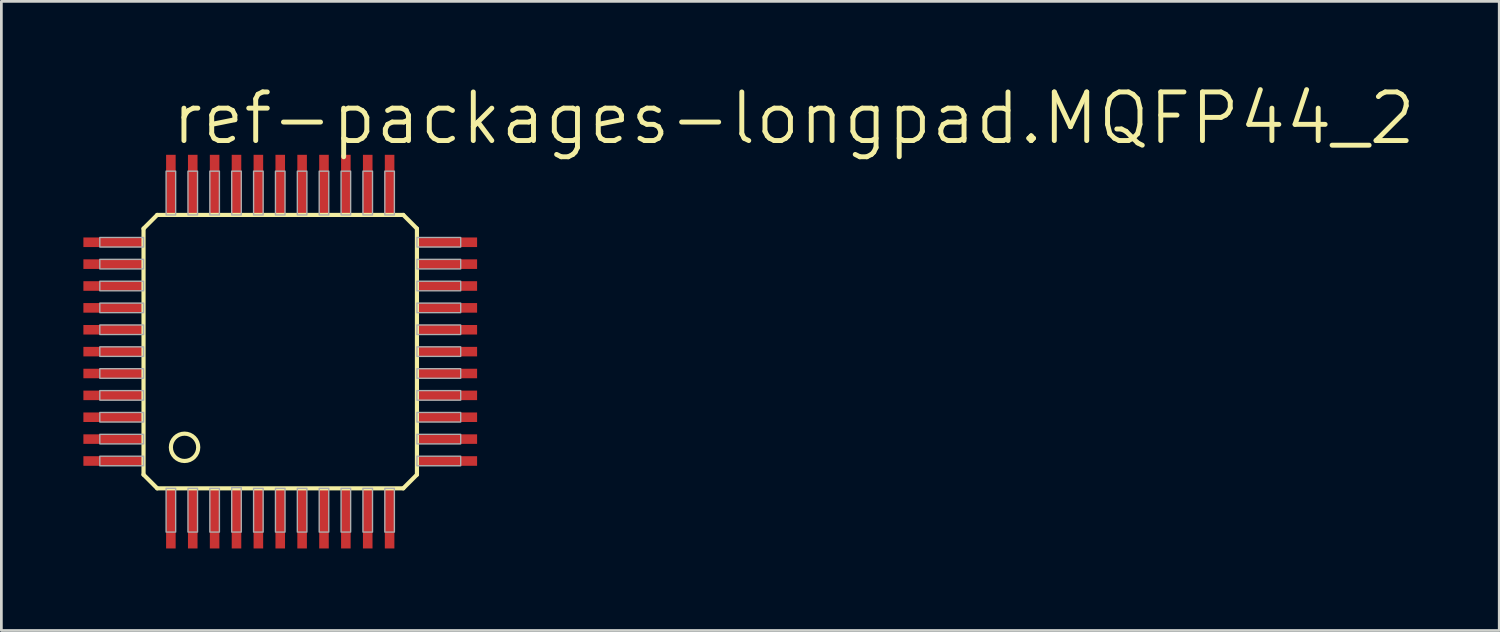
<source format=kicad_pcb>
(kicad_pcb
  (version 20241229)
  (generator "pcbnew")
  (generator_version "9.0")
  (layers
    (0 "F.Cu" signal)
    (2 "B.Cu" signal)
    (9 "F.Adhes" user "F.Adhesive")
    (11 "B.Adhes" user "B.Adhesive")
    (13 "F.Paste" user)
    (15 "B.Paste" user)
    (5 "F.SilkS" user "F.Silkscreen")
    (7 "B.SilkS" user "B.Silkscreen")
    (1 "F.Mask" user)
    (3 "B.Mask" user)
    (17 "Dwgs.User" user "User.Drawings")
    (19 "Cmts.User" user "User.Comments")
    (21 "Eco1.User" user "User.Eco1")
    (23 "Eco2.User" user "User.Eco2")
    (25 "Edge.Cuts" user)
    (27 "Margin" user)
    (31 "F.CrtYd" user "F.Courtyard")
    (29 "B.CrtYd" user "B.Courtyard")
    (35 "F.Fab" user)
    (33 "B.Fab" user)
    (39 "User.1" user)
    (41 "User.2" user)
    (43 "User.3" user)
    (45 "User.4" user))
  (footprint "ref-packages-longpad.MQFP44_2"
    (layer "F.Cu")
    (at 7.2 9.811)
    (property "Reference" "ref-packages-longpad.MQFP44_2" (at -4.064 -7.493 0) (layer "F.SilkS") (effects (font (size 1.778 1.778) (thickness 0.18)) (justify left bottom)))
    (attr smd)
    (fp_line (start -5 -4.5) (end -5 4.5) (stroke (width 0.152) (type default)) (layer "F.SilkS"))
    (fp_line (start -5 4.5) (end -4.5 5) (stroke (width 0.152) (type default)) (layer "F.SilkS"))
    (fp_line (start -4.5 -5) (end -5 -4.5) (stroke (width 0.152) (type default)) (layer "F.SilkS"))
    (fp_line (start -4.5 5) (end 4.5 5) (stroke (width 0.152) (type default)) (layer "F.SilkS"))
    (fp_line (start 4.5 -5) (end -4.5 -5) (stroke (width 0.152) (type default)) (layer "F.SilkS"))
    (fp_line (start 4.5 5) (end 5 4.5) (stroke (width 0.152) (type default)) (layer "F.SilkS"))
    (fp_line (start 5 -4.5) (end 4.5 -5) (stroke (width 0.152) (type default)) (layer "F.SilkS"))
    (fp_line (start 5 4.5) (end 5 -4.5) (stroke (width 0.152) (type default)) (layer "F.SilkS"))
    (fp_circle (center -3.5 3.5) (end -3 3.5) (stroke (width 0.152) (type default)) (fill no) (layer "F.SilkS"))
    (fp_rect (start -6.6 -3.825) (end -5 -4.175) (stroke (width 0.05) (type default)) (fill no) (layer "F.Fab"))
    (fp_rect (start -6.6 -3.025) (end -5 -3.375) (stroke (width 0.05) (type default)) (fill no) (layer "F.Fab"))
    (fp_rect (start -6.6 -2.225) (end -5 -2.575) (stroke (width 0.05) (type default)) (fill no) (layer "F.Fab"))
    (fp_rect (start -6.6 -1.425) (end -5 -1.775) (stroke (width 0.05) (type default)) (fill no) (layer "F.Fab"))
    (fp_rect (start -6.6 -0.625) (end -5 -0.975) (stroke (width 0.05) (type default)) (fill no) (layer "F.Fab"))
    (fp_rect (start -6.6 0.175) (end -5 -0.175) (stroke (width 0.05) (type default)) (fill no) (layer "F.Fab"))
    (fp_rect (start -6.6 0.975) (end -5 0.625) (stroke (width 0.05) (type default)) (fill no) (layer "F.Fab"))
    (fp_rect (start -6.6 1.775) (end -5 1.425) (stroke (width 0.05) (type default)) (fill no) (layer "F.Fab"))
    (fp_rect (start -6.6 2.575) (end -5 2.225) (stroke (width 0.05) (type default)) (fill no) (layer "F.Fab"))
    (fp_rect (start -6.6 3.375) (end -5 3.025) (stroke (width 0.05) (type default)) (fill no) (layer "F.Fab"))
    (fp_rect (start -6.6 4.175) (end -5 3.825) (stroke (width 0.05) (type default)) (fill no) (layer "F.Fab"))
    (fp_rect (start -4.175 -5) (end -3.825 -6.6) (stroke (width 0.05) (type default)) (fill no) (layer "F.Fab"))
    (fp_rect (start -4.175 6.6) (end -3.825 5) (stroke (width 0.05) (type default)) (fill no) (layer "F.Fab"))
    (fp_rect (start -3.375 -5) (end -3.025 -6.6) (stroke (width 0.05) (type default)) (fill no) (layer "F.Fab"))
    (fp_rect (start -3.375 6.6) (end -3.025 5) (stroke (width 0.05) (type default)) (fill no) (layer "F.Fab"))
    (fp_rect (start -2.575 -5) (end -2.225 -6.6) (stroke (width 0.05) (type default)) (fill no) (layer "F.Fab"))
    (fp_rect (start -2.575 6.6) (end -2.225 5) (stroke (width 0.05) (type default)) (fill no) (layer "F.Fab"))
    (fp_rect (start -1.775 -5) (end -1.425 -6.6) (stroke (width 0.05) (type default)) (fill no) (layer "F.Fab"))
    (fp_rect (start -1.775 6.6) (end -1.425 4.975) (stroke (width 0.05) (type default)) (fill no) (layer "F.Fab"))
    (fp_rect (start -0.975 -5) (end -0.625 -6.6) (stroke (width 0.05) (type default)) (fill no) (layer "F.Fab"))
    (fp_rect (start -0.975 6.6) (end -0.625 5) (stroke (width 0.05) (type default)) (fill no) (layer "F.Fab"))
    (fp_rect (start -0.175 -5) (end 0.175 -6.6) (stroke (width 0.05) (type default)) (fill no) (layer "F.Fab"))
    (fp_rect (start -0.175 6.6) (end 0.175 5) (stroke (width 0.05) (type default)) (fill no) (layer "F.Fab"))
    (fp_rect (start 0.625 -5) (end 0.975 -6.6) (stroke (width 0.05) (type default)) (fill no) (layer "F.Fab"))
    (fp_rect (start 0.625 6.6) (end 0.975 5) (stroke (width 0.05) (type default)) (fill no) (layer "F.Fab"))
    (fp_rect (start 1.425 -5) (end 1.775 -6.6) (stroke (width 0.05) (type default)) (fill no) (layer "F.Fab"))
    (fp_rect (start 1.425 6.6) (end 1.775 5) (stroke (width 0.05) (type default)) (fill no) (layer "F.Fab"))
    (fp_rect (start 2.225 -5) (end 2.575 -6.6) (stroke (width 0.05) (type default)) (fill no) (layer "F.Fab"))
    (fp_rect (start 2.225 6.6) (end 2.575 5) (stroke (width 0.05) (type default)) (fill no) (layer "F.Fab"))
    (fp_rect (start 3.025 -5) (end 3.375 -6.6) (stroke (width 0.05) (type default)) (fill no) (layer "F.Fab"))
    (fp_rect (start 3.025 6.6) (end 3.375 5) (stroke (width 0.05) (type default)) (fill no) (layer "F.Fab"))
    (fp_rect (start 3.825 -5) (end 4.175 -6.6) (stroke (width 0.05) (type default)) (fill no) (layer "F.Fab"))
    (fp_rect (start 3.825 6.6) (end 4.175 5) (stroke (width 0.05) (type default)) (fill no) (layer "F.Fab"))
    (fp_rect (start 5 -3.825) (end 6.6 -4.175) (stroke (width 0.05) (type default)) (fill no) (layer "F.Fab"))
    (fp_rect (start 5 -3.025) (end 6.6 -3.375) (stroke (width 0.05) (type default)) (fill no) (layer "F.Fab"))
    (fp_rect (start 5 -2.225) (end 6.6 -2.575) (stroke (width 0.05) (type default)) (fill no) (layer "F.Fab"))
    (fp_rect (start 5 -1.425) (end 6.6 -1.775) (stroke (width 0.05) (type default)) (fill no) (layer "F.Fab"))
    (fp_rect (start 5 -0.625) (end 6.6 -0.975) (stroke (width 0.05) (type default)) (fill no) (layer "F.Fab"))
    (fp_rect (start 5 0.175) (end 6.6 -0.175) (stroke (width 0.05) (type default)) (fill no) (layer "F.Fab"))
    (fp_rect (start 5 0.975) (end 6.6 0.625) (stroke (width 0.05) (type default)) (fill no) (layer "F.Fab"))
    (fp_rect (start 5 1.775) (end 6.6 1.425) (stroke (width 0.05) (type default)) (fill no) (layer "F.Fab"))
    (fp_rect (start 5 2.575) (end 6.6 2.225) (stroke (width 0.05) (type default)) (fill no) (layer "F.Fab"))
    (fp_rect (start 5 3.375) (end 6.6 3.025) (stroke (width 0.05) (type default)) (fill no) (layer "F.Fab"))
    (fp_rect (start 5 4.175) (end 6.6 3.825) (stroke (width 0.05) (type default)) (fill no) (layer "F.Fab"))
    (pad "1" smd roundrect (at -4 6.1) (size 0.35 2.2) (layers "F.Cu" "F.Mask" "F.Paste") (roundrect_rratio 0.01))
    (pad "2" smd roundrect (at -3.2 6.1) (size 0.35 2.2) (layers "F.Cu" "F.Mask" "F.Paste") (roundrect_rratio 0.01))
    (pad "3" smd roundrect (at -2.4 6.1) (size 0.35 2.2) (layers "F.Cu" "F.Mask" "F.Paste") (roundrect_rratio 0.01))
    (pad "4" smd roundrect (at -1.6 6.1) (size 0.35 2.2) (layers "F.Cu" "F.Mask" "F.Paste") (roundrect_rratio 0.01))
    (pad "5" smd roundrect (at -0.8 6.1) (size 0.35 2.2) (layers "F.Cu" "F.Mask" "F.Paste") (roundrect_rratio 0.01))
    (pad "6" smd roundrect (at 0 6.1) (size 0.35 2.2) (layers "F.Cu" "F.Mask" "F.Paste") (roundrect_rratio 0.01))
    (pad "7" smd roundrect (at 0.8 6.1) (size 0.35 2.2) (layers "F.Cu" "F.Mask" "F.Paste") (roundrect_rratio 0.01))
    (pad "8" smd roundrect (at 1.6 6.1) (size 0.35 2.2) (layers "F.Cu" "F.Mask" "F.Paste") (roundrect_rratio 0.01))
    (pad "9" smd roundrect (at 2.4 6.1) (size 0.35 2.2) (layers "F.Cu" "F.Mask" "F.Paste") (roundrect_rratio 0.01))
    (pad "10" smd roundrect (at 3.2 6.1) (size 0.35 2.2) (layers "F.Cu" "F.Mask" "F.Paste") (roundrect_rratio 0.01))
    (pad "11" smd roundrect (at 4 6.1) (size 0.35 2.2) (layers "F.Cu" "F.Mask" "F.Paste") (roundrect_rratio 0.01))
    (pad "12" smd roundrect (at 6.1 4) (size 2.2 0.35) (layers "F.Cu" "F.Mask" "F.Paste") (roundrect_rratio 0.01))
    (pad "13" smd roundrect (at 6.1 3.2) (size 2.2 0.35) (layers "F.Cu" "F.Mask" "F.Paste") (roundrect_rratio 0.01))
    (pad "14" smd roundrect (at 6.1 2.4) (size 2.2 0.35) (layers "F.Cu" "F.Mask" "F.Paste") (roundrect_rratio 0.01))
    (pad "15" smd roundrect (at 6.1 1.6) (size 2.2 0.35) (layers "F.Cu" "F.Mask" "F.Paste") (roundrect_rratio 0.01))
    (pad "16" smd roundrect (at 6.1 0.8) (size 2.2 0.35) (layers "F.Cu" "F.Mask" "F.Paste") (roundrect_rratio 0.01))
    (pad "17" smd roundrect (at 6.1 0) (size 2.2 0.35) (layers "F.Cu" "F.Mask" "F.Paste") (roundrect_rratio 0.01))
    (pad "18" smd roundrect (at 6.1 -0.8) (size 2.2 0.35) (layers "F.Cu" "F.Mask" "F.Paste") (roundrect_rratio 0.01))
    (pad "19" smd roundrect (at 6.1 -1.6) (size 2.2 0.35) (layers "F.Cu" "F.Mask" "F.Paste") (roundrect_rratio 0.01))
    (pad "20" smd roundrect (at 6.1 -2.4) (size 2.2 0.35) (layers "F.Cu" "F.Mask" "F.Paste") (roundrect_rratio 0.01))
    (pad "21" smd roundrect (at 6.1 -3.2) (size 2.2 0.35) (layers "F.Cu" "F.Mask" "F.Paste") (roundrect_rratio 0.01))
    (pad "22" smd roundrect (at 6.1 -4) (size 2.2 0.35) (layers "F.Cu" "F.Mask" "F.Paste") (roundrect_rratio 0.01))
    (pad "23" smd roundrect (at 4 -6.1) (size 0.35 2.2) (layers "F.Cu" "F.Mask" "F.Paste") (roundrect_rratio 0.01))
    (pad "24" smd roundrect (at 3.2 -6.1) (size 0.35 2.2) (layers "F.Cu" "F.Mask" "F.Paste") (roundrect_rratio 0.01))
    (pad "25" smd roundrect (at 2.4 -6.1) (size 0.35 2.2) (layers "F.Cu" "F.Mask" "F.Paste") (roundrect_rratio 0.01))
    (pad "26" smd roundrect (at 1.6 -6.1) (size 0.35 2.2) (layers "F.Cu" "F.Mask" "F.Paste") (roundrect_rratio 0.01))
    (pad "27" smd roundrect (at 0.8 -6.1) (size 0.35 2.2) (layers "F.Cu" "F.Mask" "F.Paste") (roundrect_rratio 0.01))
    (pad "28" smd roundrect (at 0 -6.1) (size 0.35 2.2) (layers "F.Cu" "F.Mask" "F.Paste") (roundrect_rratio 0.01))
    (pad "29" smd roundrect (at -0.8 -6.1) (size 0.35 2.2) (layers "F.Cu" "F.Mask" "F.Paste") (roundrect_rratio 0.01))
    (pad "30" smd roundrect (at -1.6 -6.1) (size 0.35 2.2) (layers "F.Cu" "F.Mask" "F.Paste") (roundrect_rratio 0.01))
    (pad "31" smd roundrect (at -2.4 -6.1) (size 0.35 2.2) (layers "F.Cu" "F.Mask" "F.Paste") (roundrect_rratio 0.01))
    (pad "32" smd roundrect (at -3.2 -6.1) (size 0.35 2.2) (layers "F.Cu" "F.Mask" "F.Paste") (roundrect_rratio 0.01))
    (pad "33" smd roundrect (at -4 -6.1) (size 0.35 2.2) (layers "F.Cu" "F.Mask" "F.Paste") (roundrect_rratio 0.01))
    (pad "34" smd roundrect (at -6.1 -4) (size 2.2 0.35) (layers "F.Cu" "F.Mask" "F.Paste") (roundrect_rratio 0.01))
    (pad "35" smd roundrect (at -6.1 -3.2) (size 2.2 0.35) (layers "F.Cu" "F.Mask" "F.Paste") (roundrect_rratio 0.01))
    (pad "36" smd roundrect (at -6.1 -2.4) (size 2.2 0.35) (layers "F.Cu" "F.Mask" "F.Paste") (roundrect_rratio 0.01))
    (pad "37" smd roundrect (at -6.1 -1.6) (size 2.2 0.35) (layers "F.Cu" "F.Mask" "F.Paste") (roundrect_rratio 0.01))
    (pad "38" smd roundrect (at -6.1 -0.8) (size 2.2 0.35) (layers "F.Cu" "F.Mask" "F.Paste") (roundrect_rratio 0.01))
    (pad "39" smd roundrect (at -6.1 0) (size 2.2 0.35) (layers "F.Cu" "F.Mask" "F.Paste") (roundrect_rratio 0.01))
    (pad "40" smd roundrect (at -6.1 0.8) (size 2.2 0.35) (layers "F.Cu" "F.Mask" "F.Paste") (roundrect_rratio 0.01))
    (pad "41" smd roundrect (at -6.1 1.6) (size 2.2 0.35) (layers "F.Cu" "F.Mask" "F.Paste") (roundrect_rratio 0.01))
    (pad "42" smd roundrect (at -6.1 2.4) (size 2.2 0.35) (layers "F.Cu" "F.Mask" "F.Paste") (roundrect_rratio 0.01))
    (pad "43" smd roundrect (at -6.1 3.2) (size 2.2 0.35) (layers "F.Cu" "F.Mask" "F.Paste") (roundrect_rratio 0.01))
    (pad "44" smd roundrect (at -6.1 4) (size 2.2 0.35) (layers "F.Cu" "F.Mask" "F.Paste") (roundrect_rratio 0.01)))
  (gr_rect
    (start -3 -3)
    (end 51.786 20.011)
    (stroke (width 0.1) (type default))
    (fill no)
    (layer "Edge.Cuts")))
</source>
